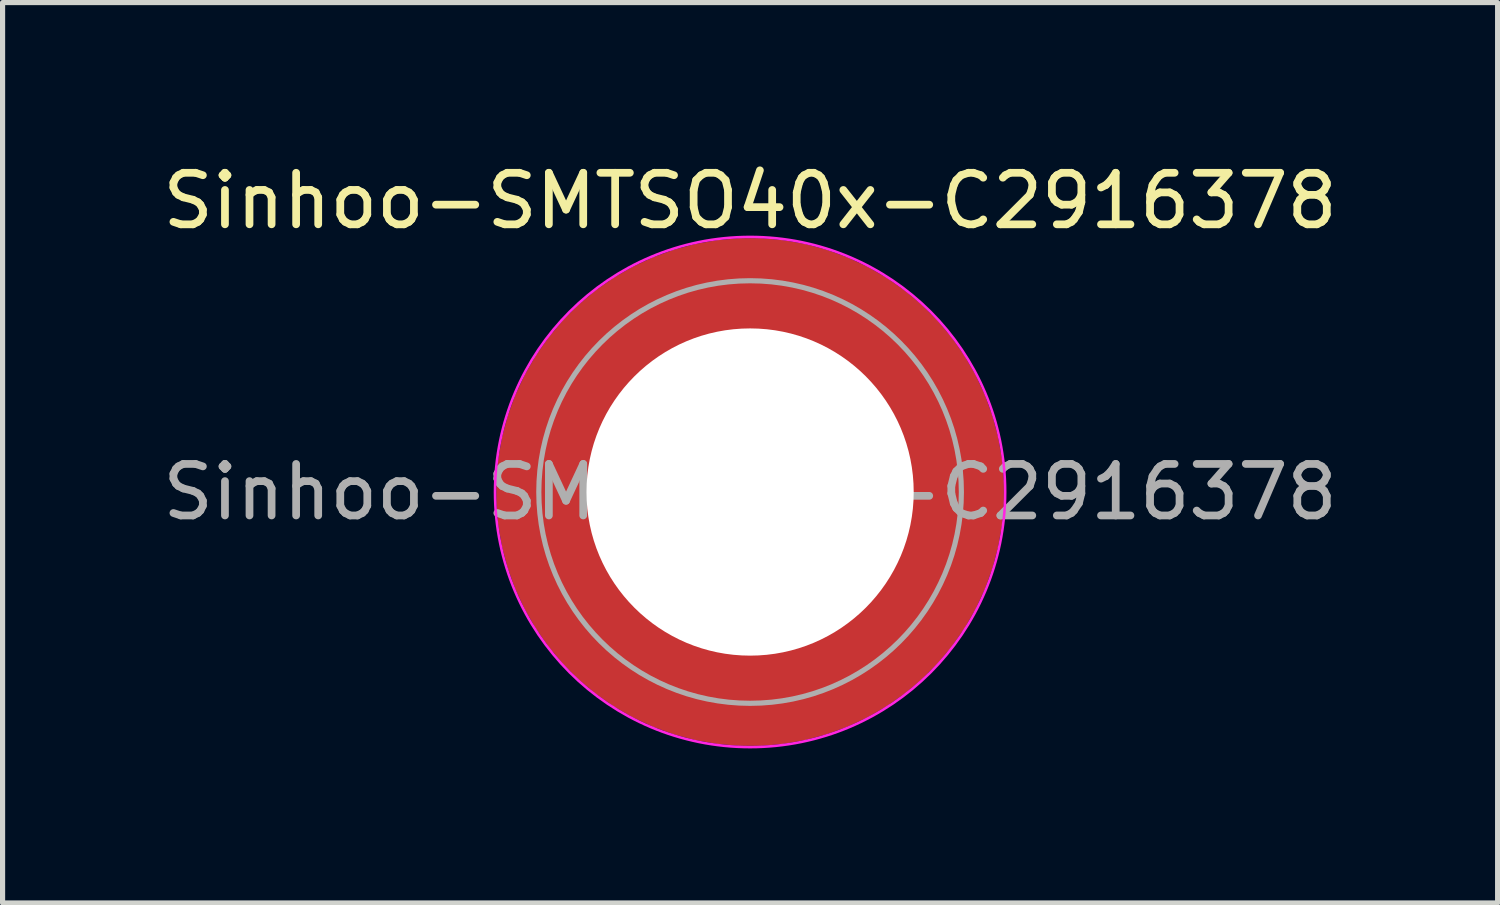
<source format=kicad_pcb>
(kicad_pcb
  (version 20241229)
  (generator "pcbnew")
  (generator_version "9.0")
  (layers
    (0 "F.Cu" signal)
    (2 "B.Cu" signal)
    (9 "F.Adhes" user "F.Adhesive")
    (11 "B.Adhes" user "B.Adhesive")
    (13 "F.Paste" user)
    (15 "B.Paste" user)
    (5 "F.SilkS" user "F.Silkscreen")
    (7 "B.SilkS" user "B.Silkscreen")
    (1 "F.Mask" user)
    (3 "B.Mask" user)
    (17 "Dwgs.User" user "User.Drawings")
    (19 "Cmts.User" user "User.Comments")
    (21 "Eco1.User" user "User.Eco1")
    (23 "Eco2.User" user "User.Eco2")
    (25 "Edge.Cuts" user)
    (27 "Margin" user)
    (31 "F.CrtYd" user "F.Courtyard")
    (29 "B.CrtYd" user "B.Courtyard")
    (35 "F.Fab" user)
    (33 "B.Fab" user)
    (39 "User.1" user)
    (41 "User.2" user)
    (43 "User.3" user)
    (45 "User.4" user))
  (footprint "Sinhoo-SMTSO40x-C2916378"
    (layer "F.Cu")
    (at 11.506 6.498)
    (property "Reference" "Sinhoo-SMTSO40x-C2916378" (at 0 -5.65 0) (layer "F.SilkS") (effects (font (size 1 1) (thickness 0.15))))
    (attr smd)
    (fp_circle (center 0 0) (end 4.95 0) (stroke (width 0.05) (type solid)) (fill no) (layer "F.CrtYd"))
    (fp_circle (center 0 0) (end 4.1 0) (stroke (width 0.1) (type solid)) (fill no) (layer "F.Fab"))
    (fp_text user "${REFERENCE}" (at 0 0 0) (layer "F.Fab") (effects (font (size 1 1) (thickness 0.15))))
    (pad "" smd custom (at -2.607 -2.607) (size 1.495 1.495) (layers "F.Paste") (options (anchor circle)) (primitives (gr_arc (start -0.188183 2.107456) (mid 0.598928 0.599619) (end 2.106494 -0.188011) (width 0.2)) (gr_arc (start -0.289416 2.107456) (mid 0.528508 0.529033) (end 2.106724 -0.28929) (width 0.2)) (gr_arc (start -0.390547 2.107456) (mid 0.457087 0.459449) (end 2.104161 -0.389996) (width 0.2)) (gr_arc (start -0.491585 2.107456) (mid 0.386415 0.389116) (end 2.103685 -0.490974) (width 0.2)) (gr_arc (start -0.59254 2.107456) (mid 0.31649 0.318035) (end 2.105297 -0.592203) (width 0.2)) (gr_arc (start -0.693419 2.107456) (mid 0.245252 0.248268) (end 2.103239 -0.692777) (width 0.2)) (gr_arc (start -0.794229 2.107456) (mid 0.174636 0.177878) (end 2.102921 -0.793558) (width 0.2)) (gr_arc (start -0.894975 2.107456) (mid 0.104643 0.106867) (end 2.104343 -0.894528) (width 0.2)) (gr_arc (start -0.995664 2.107456) (mid 0.033026 0.037479) (end 2.101219 -0.994793) (width 0.2)) (gr_arc (start -1.0963 2.107456) (mid -0.035789 -0.034713) (end 2.105949 -1.096095) (width 0.2)) (gr_arc (start -1.196886 2.107456) (mid -0.106351 -0.105158) (end 2.105783 -1.196667) (width 0.2)) (gr_arc (start -1.297427 2.107456) (mid -0.176416 -0.176097) (end 2.107009 -1.29737) (width 0.2)) (gr_arc (start -1.397927 2.107456) (mid -0.248476 -0.245042) (end 2.102638 -1.397323) (width 0.2)) (gr_arc (start -1.498388 2.107456) (mid -0.317612 -0.316913) (end 2.106475 -1.498268) (width 0.2)) (gr_arc (start -1.598813 2.107456) (mid -0.388865 -0.386665) (end 2.104366 -1.598444) (width 0.2)) (gr_arc (start -1.699204 2.107456) (mid -0.459747 -0.456787) (end 2.103299 -1.698719) (width 0.2)) (gr_arc (start -1.799565 2.107456) (mid -0.530257 -0.527283) (end 2.103277 -1.799089) (width 0.2)) (gr_arc (start -1.899896 2.107456) (mid -0.600396 -0.59815) (end 2.104299 -1.899545) (width 0.2)) (gr_arc (start -1.899896 2.107456) (mid -0.600396 -0.59815) (end 2.104299 -1.899545) (width 0.2)) (gr_line (start 2.107 -0.188) (end 2.107 -1.9) (width 0.2)) (gr_line (start -0.188 2.107) (end -1.9 2.107) (width 0.2))))
    (pad "" smd custom (at -2.607 2.607) (size 1.495 1.495) (layers "F.Paste") (options (anchor circle)) (primitives (gr_arc (start 2.107456 0.188183) (mid 0.599619 -0.598928) (end -0.188011 -2.106494) (width 0.2)) (gr_arc (start 2.107456 0.289416) (mid 0.529033 -0.528508) (end -0.28929 -2.106724) (width 0.2)) (gr_arc (start 2.107456 0.390547) (mid 0.45945 -0.457087) (end -0.389996 -2.104161) (width 0.2)) (gr_arc (start 2.107456 0.491585) (mid 0.389116 -0.386415) (end -0.490974 -2.103685) (width 0.2)) (gr_arc (start 2.107456 0.59254) (mid 0.318035 -0.31649) (end -0.592203 -2.105297) (width 0.2)) (gr_arc (start 2.107456 0.693419) (mid 0.248268 -0.245252) (end -0.692777 -2.103239) (width 0.2)) (gr_arc (start 2.107456 0.794229) (mid 0.177878 -0.174636) (end -0.793558 -2.102921) (width 0.2)) (gr_arc (start 2.107456 0.894975) (mid 0.106867 -0.104643) (end -0.894528 -2.104343) (width 0.2)) (gr_arc (start 2.107456 0.995664) (mid 0.037479 -0.033026) (end -0.994793 -2.101219) (width 0.2)) (gr_arc (start 2.107456 1.0963) (mid -0.034713 0.035789) (end -1.096095 -2.105949) (width 0.2)) (gr_arc (start 2.107456 1.196886) (mid -0.105158 0.106351) (end -1.196667 -2.105783) (width 0.2)) (gr_arc (start 2.107456 1.297427) (mid -0.176097 0.176416) (end -1.29737 -2.107009) (width 0.2)) (gr_arc (start 2.107456 1.397927) (mid -0.245042 0.248476) (end -1.397323 -2.102638) (width 0.2)) (gr_arc (start 2.107456 1.498388) (mid -0.316913 0.317612) (end -1.498268 -2.106475) (width 0.2)) (gr_arc (start 2.107456 1.598813) (mid -0.386665 0.388865) (end -1.598444 -2.104366) (width 0.2)) (gr_arc (start 2.107456 1.699204) (mid -0.456787 0.459747) (end -1.698719 -2.103299) (width 0.2)) (gr_arc (start 2.107456 1.799565) (mid -0.527283 0.530257) (end -1.799089 -2.103277) (width 0.2)) (gr_arc (start 2.107456 1.899896) (mid -0.59815 0.600396) (end -1.899545 -2.104299) (width 0.2)) (gr_arc (start 2.107456 1.899896) (mid -0.59815 0.600396) (end -1.899545 -2.104299) (width 0.2)) (gr_line (start -0.188 -2.107) (end -1.9 -2.107) (width 0.2)) (gr_line (start 2.107 0.188) (end 2.107 1.9) (width 0.2))))
    (pad "" np_thru_hole circle (at 0 0) (size 6.35 6.35) (drill 6.35) (layers "*.Cu" "*.Mask"))
    (pad "" smd custom (at 2.607 -2.607) (size 1.495 1.495) (layers "F.Paste") (options (anchor circle)) (primitives (gr_arc (start -2.107456 -0.188183) (mid -0.599619 0.598928) (end 0.188011 2.106494) (width 0.2)) (gr_arc (start -2.107456 -0.289416) (mid -0.529033 0.528508) (end 0.28929 2.106724) (width 0.2)) (gr_arc (start -2.107456 -0.390547) (mid -0.459449 0.457087) (end 0.389996 2.104161) (width 0.2)) (gr_arc (start -2.107456 -0.491585) (mid -0.389116 0.386415) (end 0.490974 2.103685) (width 0.2)) (gr_arc (start -2.107456 -0.59254) (mid -0.318035 0.31649) (end 0.592203 2.105297) (width 0.2)) (gr_arc (start -2.107456 -0.693419) (mid -0.248268 0.245252) (end 0.692777 2.103239) (width 0.2)) (gr_arc (start -2.107456 -0.794229) (mid -0.177878 0.174636) (end 0.793558 2.102921) (width 0.2)) (gr_arc (start -2.107456 -0.894975) (mid -0.106867 0.104643) (end 0.894528 2.104343) (width 0.2)) (gr_arc (start -2.107456 -0.995664) (mid -0.037479 0.033026) (end 0.994793 2.101219) (width 0.2)) (gr_arc (start -2.107456 -1.0963) (mid 0.034713 -0.035789) (end 1.096095 2.105949) (width 0.2)) (gr_arc (start -2.107456 -1.196886) (mid 0.105158 -0.106351) (end 1.196667 2.105783) (width 0.2)) (gr_arc (start -2.107456 -1.297427) (mid 0.176097 -0.176416) (end 1.29737 2.107009) (width 0.2)) (gr_arc (start -2.107456 -1.397927) (mid 0.245042 -0.248476) (end 1.397323 2.102638) (width 0.2)) (gr_arc (start -2.107456 -1.498388) (mid 0.316913 -0.317612) (end 1.498268 2.106475) (width 0.2)) (gr_arc (start -2.107456 -1.598813) (mid 0.386665 -0.388865) (end 1.598444 2.104366) (width 0.2)) (gr_arc (start -2.107456 -1.699204) (mid 0.456787 -0.459747) (end 1.698719 2.103299) (width 0.2)) (gr_arc (start -2.107456 -1.799565) (mid 0.527283 -0.530257) (end 1.799089 2.103277) (width 0.2)) (gr_arc (start -2.107456 -1.899896) (mid 0.59815 -0.600396) (end 1.899545 2.104299) (width 0.2)) (gr_arc (start -2.107456 -1.899896) (mid 0.59815 -0.600396) (end 1.899545 2.104299) (width 0.2)) (gr_line (start 0.188 2.107) (end 1.9 2.107) (width 0.2)) (gr_line (start -2.107 -0.188) (end -2.107 -1.9) (width 0.2))))
    (pad "" smd custom (at 2.607 2.607) (size 1.495 1.495) (layers "F.Paste") (options (anchor circle)) (primitives (gr_arc (start 0.188183 -2.107456) (mid -0.598928 -0.599619) (end -2.106494 0.188011) (width 0.2)) (gr_arc (start 0.289416 -2.107456) (mid -0.528508 -0.529033) (end -2.106724 0.28929) (width 0.2)) (gr_arc (start 0.390547 -2.107456) (mid -0.457087 -0.459449) (end -2.104161 0.389996) (width 0.2)) (gr_arc (start 0.491585 -2.107456) (mid -0.386415 -0.389116) (end -2.103685 0.490974) (width 0.2)) (gr_arc (start 0.59254 -2.107456) (mid -0.31649 -0.318035) (end -2.105297 0.592203) (width 0.2)) (gr_arc (start 0.693419 -2.107456) (mid -0.245252 -0.248268) (end -2.103239 0.692777) (width 0.2)) (gr_arc (start 0.794229 -2.107456) (mid -0.174636 -0.177878) (end -2.102921 0.793558) (width 0.2)) (gr_arc (start 0.894975 -2.107456) (mid -0.104643 -0.106867) (end -2.104343 0.894528) (width 0.2)) (gr_arc (start 0.995664 -2.107456) (mid -0.033026 -0.037479) (end -2.101219 0.994793) (width 0.2)) (gr_arc (start 1.0963 -2.107456) (mid 0.035789 0.034713) (end -2.105949 1.096095) (width 0.2)) (gr_arc (start 1.196886 -2.107456) (mid 0.106351 0.105158) (end -2.105783 1.196667) (width 0.2)) (gr_arc (start 1.297427 -2.107456) (mid 0.176416 0.176097) (end -2.107009 1.29737) (width 0.2)) (gr_arc (start 1.397927 -2.107456) (mid 0.248476 0.245042) (end -2.102638 1.397323) (width 0.2)) (gr_arc (start 1.498388 -2.107456) (mid 0.317612 0.316913) (end -2.106475 1.498268) (width 0.2)) (gr_arc (start 1.598813 -2.107456) (mid 0.388865 0.386665) (end -2.104366 1.598444) (width 0.2)) (gr_arc (start 1.699204 -2.107456) (mid 0.459747 0.456787) (end -2.103299 1.698719) (width 0.2)) (gr_arc (start 1.799565 -2.107456) (mid 0.530257 0.527283) (end -2.103277 1.799089) (width 0.2)) (gr_arc (start 1.899896 -2.107456) (mid 0.600396 0.59815) (end -2.104299 1.899545) (width 0.2)) (gr_arc (start 1.899896 -2.107456) (mid 0.600396 0.59815) (end -2.104299 1.899545) (width 0.2)) (gr_line (start -2.107 0.188) (end -2.107 1.9) (width 0.2)) (gr_line (start 0.188 -2.107) (end 1.9 -2.107) (width 0.2))))
    (pad "1" smd circle (at -3.7 0) (size 1.6 1.6) (layers "F.Cu"))
    (pad "1" smd circle (at 0 -3.7) (size 1.6 1.6) (layers "F.Cu"))
    (pad "1" smd circle (at 0 3.7) (size 1.6 1.6) (layers "F.Cu"))
    (pad "1" smd custom (at 3.93 0) (size 1.6 1.6) (layers "F.Cu" "F.Mask") (options (anchor circle)) (primitives (gr_circle (center -3.93 0) (end 0 0) (width 2) (fill no)))))
  (gr_rect
    (start -3 -3)
    (end 26.012 14.473)
    (stroke (width 0.1) (type default))
    (fill no)
    (layer "Edge.Cuts")))
</source>
